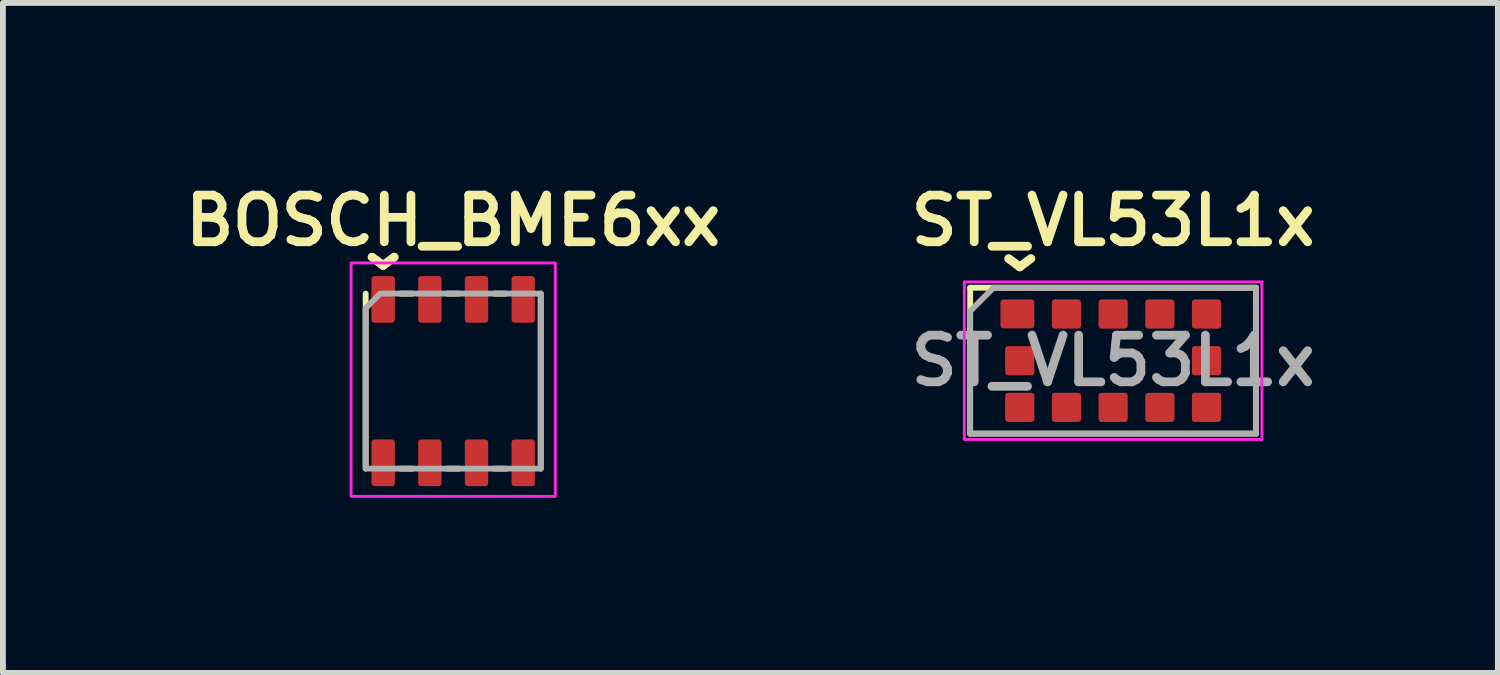
<source format=kicad_pcb>
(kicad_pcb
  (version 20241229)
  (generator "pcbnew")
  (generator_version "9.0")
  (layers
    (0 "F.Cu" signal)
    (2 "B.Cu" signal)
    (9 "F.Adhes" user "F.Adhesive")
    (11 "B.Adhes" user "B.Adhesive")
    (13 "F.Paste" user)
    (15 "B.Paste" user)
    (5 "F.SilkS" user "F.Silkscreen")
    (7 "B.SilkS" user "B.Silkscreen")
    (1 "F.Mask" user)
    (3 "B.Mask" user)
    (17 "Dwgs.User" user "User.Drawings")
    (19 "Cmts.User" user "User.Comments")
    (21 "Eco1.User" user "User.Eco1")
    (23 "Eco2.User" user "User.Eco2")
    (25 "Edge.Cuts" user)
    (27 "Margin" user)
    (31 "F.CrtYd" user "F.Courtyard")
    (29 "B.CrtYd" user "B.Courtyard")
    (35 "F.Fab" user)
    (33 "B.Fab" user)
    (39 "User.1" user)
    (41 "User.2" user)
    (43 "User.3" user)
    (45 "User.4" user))
  (footprint "ST_VL53L1x"
    (layer "F.Cu")
    (at 16.025 3.131)
    (property "Reference" "ST_VL53L1x" (at 0 -2.4 0) (layer "F.SilkS") (effects (font (size 0.8 0.8) (thickness 0.15))))
    (attr smd)
    (fp_line (start -2.45 1.25) (end -2.45 -1.25) (stroke (width 0.1) (type solid)) (layer "F.SilkS"))
    (fp_line (start -2.45 1.25) (end 2.45 1.25) (stroke (width 0.1) (type solid)) (layer "F.SilkS"))
    (fp_line (start 2.45 -1.25) (end -2.45 -1.25) (stroke (width 0.1) (type solid)) (layer "F.SilkS"))
    (fp_line (start 2.45 -1.25) (end 2.45 1.25) (stroke (width 0.1) (type solid)) (layer "F.SilkS"))
    (fp_poly (pts (xy 2.55 -1.35) (xy -2.55 -1.35) (xy -2.55 1.35) (xy 2.55 1.35)) (stroke (width 0.05) (type solid)) (fill no) (layer "F.CrtYd"))
    (fp_poly (pts (xy -2.05 -1.25) (xy -2.45 -0.85) (xy -2.45 1.25) (xy 2.45 1.25) (xy 2.45 -1.25)) (stroke (width 0.1) (type solid)) (fill no) (layer "F.Fab"))
    (fp_text user "^" (at -1.6 -2.2 180) (unlocked yes) (layer "F.SilkS") (effects (font (size 1 1) (thickness 0.15))))
    (fp_text user "${REFERENCE}" (at 0 0 0) (layer "F.Fab") (effects (font (size 0.8 0.8) (thickness 0.15))))
    (pad "1" smd roundrect (at -1.64 -0.802 90) (size 0.495 0.58) (layers "F.Cu" "F.Mask" "F.Paste") (roundrect_rratio 0.101))
    (pad "2" smd roundrect (at -0.8 -0.8 90) (size 0.5 0.5) (layers "F.Cu" "F.Mask" "F.Paste") (roundrect_rratio 0.1))
    (pad "3" smd roundrect (at 0 -0.8 90) (size 0.5 0.5) (layers "F.Cu" "F.Mask" "F.Paste") (roundrect_rratio 0.1))
    (pad "4" smd roundrect (at 0.8 -0.8 90) (size 0.5 0.5) (layers "F.Cu" "F.Mask" "F.Paste") (roundrect_rratio 0.1))
    (pad "5" smd roundrect (at 1.6 -0.8 90) (size 0.5 0.5) (layers "F.Cu" "F.Mask" "F.Paste") (roundrect_rratio 0.1))
    (pad "6" smd roundrect (at 1.6 0 90) (size 0.5 0.5) (layers "F.Cu" "F.Mask" "F.Paste") (roundrect_rratio 0.1))
    (pad "7" smd roundrect (at 1.6 0.8 90) (size 0.5 0.5) (layers "F.Cu" "F.Mask" "F.Paste") (roundrect_rratio 0.1))
    (pad "8" smd roundrect (at 0.8 0.8 90) (size 0.5 0.5) (layers "F.Cu" "F.Mask" "F.Paste") (roundrect_rratio 0.1))
    (pad "9" smd roundrect (at 0 0.8 90) (size 0.5 0.5) (layers "F.Cu" "F.Mask" "F.Paste") (roundrect_rratio 0.1))
    (pad "10" smd roundrect (at -0.8 0.8 90) (size 0.5 0.5) (layers "F.Cu" "F.Mask" "F.Paste") (roundrect_rratio 0.1))
    (pad "11" smd roundrect (at -1.6 0.8 90) (size 0.5 0.5) (layers "F.Cu" "F.Mask" "F.Paste") (roundrect_rratio 0.1))
    (pad "12" smd roundrect (at -1.6 0 90) (size 0.5 0.5) (layers "F.Cu" "F.Mask" "F.Paste") (roundrect_rratio 0.1)))
  (footprint "BOSCH_BME6xx"
    (layer "F.Cu")
    (at 4.716 3.456)
    (property "Reference" "BOSCH_BME6xx" (at 0 -2.725 0) (layer "F.SilkS") (effects (font (size 0.8 0.8) (thickness 0.15))))
    (attr smd)
    (fp_line (start -1.5 1.525) (end -1.5 -1.475) (stroke (width 0.1) (type solid)) (layer "F.SilkS"))
    (fp_line (start -0.9 -1.475) (end -0.7 -1.475) (stroke (width 0.1) (type solid)) (layer "F.SilkS"))
    (fp_line (start -0.9 1.525) (end -0.7 1.525) (stroke (width 0.1) (type solid)) (layer "F.SilkS"))
    (fp_line (start -0.1 -1.475) (end 0.1 -1.475) (stroke (width 0.1) (type solid)) (layer "F.SilkS"))
    (fp_line (start -0.1 1.525) (end 0.1 1.525) (stroke (width 0.1) (type solid)) (layer "F.SilkS"))
    (fp_line (start 0.7 -1.475) (end 0.9 -1.475) (stroke (width 0.1) (type solid)) (layer "F.SilkS"))
    (fp_line (start 0.7 1.525) (end 0.9 1.525) (stroke (width 0.1) (type solid)) (layer "F.SilkS"))
    (fp_line (start 1.5 -1.475) (end 1.5 1.525) (stroke (width 0.1) (type solid)) (layer "F.SilkS"))
    (fp_rect (start -1.75 -2) (end 1.75 2) (stroke (width 0.05) (type default)) (fill no) (layer "F.CrtYd"))
    (fp_poly (pts (xy 1.5 -1.475) (xy 1.5 1.525) (xy -1.5 1.525) (xy -1.5 -1.225) (xy -1.25 -1.475)) (stroke (width 0.1) (type solid)) (fill no) (layer "F.Fab"))
    (fp_text user "^" (at -1.2 -2.55 180) (unlocked yes) (layer "F.SilkS") (effects (font (size 1 1) (thickness 0.15))))
    (pad "1" smd roundrect (at -1.2 -1.375 90) (size 0.8 0.4) (layers "F.Cu" "F.Mask" "F.Paste") (roundrect_rratio 0.125))
    (pad "2" smd roundrect (at -0.4 -1.375 90) (size 0.8 0.4) (layers "F.Cu" "F.Mask" "F.Paste") (roundrect_rratio 0.125))
    (pad "3" smd roundrect (at 0.4 -1.375 90) (size 0.8 0.4) (layers "F.Cu" "F.Mask" "F.Paste") (roundrect_rratio 0.125))
    (pad "4" smd roundrect (at 1.2 -1.375 90) (size 0.8 0.4) (layers "F.Cu" "F.Mask" "F.Paste") (roundrect_rratio 0.125))
    (pad "5" smd roundrect (at 1.2 1.425 90) (size 0.8 0.4) (layers "F.Cu" "F.Mask" "F.Paste") (roundrect_rratio 0.125))
    (pad "6" smd roundrect (at 0.4 1.425 90) (size 0.8 0.4) (layers "F.Cu" "F.Mask" "F.Paste") (roundrect_rratio 0.125))
    (pad "7" smd roundrect (at -0.4 1.425 90) (size 0.8 0.4) (layers "F.Cu" "F.Mask" "F.Paste") (roundrect_rratio 0.125))
    (pad "8" smd roundrect (at -1.2 1.425 90) (size 0.8 0.4) (layers "F.Cu" "F.Mask" "F.Paste") (roundrect_rratio 0.125)))
  (gr_rect
    (start -3 -3)
    (end 22.618 8.481)
    (stroke (width 0.1) (type default))
    (fill no)
    (layer "Edge.Cuts")))
</source>
